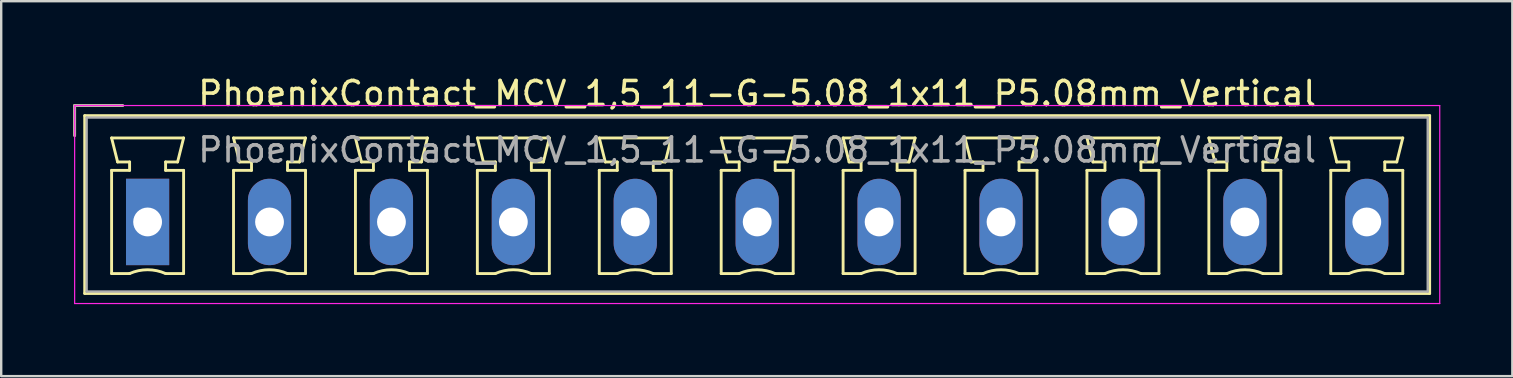
<source format=kicad_pcb>
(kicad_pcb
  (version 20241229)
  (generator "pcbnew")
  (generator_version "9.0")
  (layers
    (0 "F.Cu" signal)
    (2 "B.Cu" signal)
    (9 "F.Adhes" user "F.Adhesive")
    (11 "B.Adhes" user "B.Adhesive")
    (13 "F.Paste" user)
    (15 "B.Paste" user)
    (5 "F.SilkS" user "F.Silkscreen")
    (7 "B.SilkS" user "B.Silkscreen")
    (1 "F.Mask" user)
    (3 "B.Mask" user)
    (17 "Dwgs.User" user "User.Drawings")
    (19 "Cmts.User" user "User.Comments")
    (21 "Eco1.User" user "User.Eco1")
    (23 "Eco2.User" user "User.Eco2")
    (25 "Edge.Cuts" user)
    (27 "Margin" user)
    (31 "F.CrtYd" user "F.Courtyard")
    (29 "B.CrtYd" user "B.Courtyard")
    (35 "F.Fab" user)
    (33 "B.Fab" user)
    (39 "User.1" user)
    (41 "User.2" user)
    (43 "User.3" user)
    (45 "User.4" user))
  (footprint "PhoenixContact_MCV_1,5_11-G-5.08_1x11_P5.08mm_Vertical"
    (layer "F.Cu")
    (at 3.1 6.198)
    (property "Reference" "PhoenixContact_MCV_1,5_11-G-5.08_1x11_P5.08mm_Vertical" (at 25.4 -5.35 0) (layer "F.SilkS") (effects (font (size 1 1) (thickness 0.15))))
    (attr through_hole)
    (fp_line (start -3.04 -4.85) (end -1.04 -4.85) (stroke (width 0.12) (type solid)) (layer "F.SilkS"))
    (fp_line (start -3.04 -3.6) (end -3.04 -4.85) (stroke (width 0.12) (type solid)) (layer "F.SilkS"))
    (fp_line (start -2.62 -4.43) (end -2.62 2.98) (stroke (width 0.12) (type solid)) (layer "F.SilkS"))
    (fp_line (start -2.62 2.98) (end 53.42 2.98) (stroke (width 0.12) (type solid)) (layer "F.SilkS"))
    (fp_line (start -1.5 -3.5) (end 1.5 -3.5) (stroke (width 0.12) (type solid)) (layer "F.SilkS"))
    (fp_line (start -1.5 -2.15) (end -0.75 -2.15) (stroke (width 0.12) (type solid)) (layer "F.SilkS"))
    (fp_line (start -1.5 2.15) (end -1.5 -2.15) (stroke (width 0.12) (type solid)) (layer "F.SilkS"))
    (fp_line (start -1.25 -2.5) (end -1.5 -3.5) (stroke (width 0.12) (type solid)) (layer "F.SilkS"))
    (fp_line (start -0.75 -2.5) (end -1.25 -2.5) (stroke (width 0.12) (type solid)) (layer "F.SilkS"))
    (fp_line (start -0.75 -2.15) (end -0.75 -2.5) (stroke (width 0.12) (type solid)) (layer "F.SilkS"))
    (fp_line (start -0.75 2.15) (end -1.5 2.15) (stroke (width 0.12) (type solid)) (layer "F.SilkS"))
    (fp_line (start 0.75 -2.5) (end 0.75 -2.15) (stroke (width 0.12) (type solid)) (layer "F.SilkS"))
    (fp_line (start 0.75 -2.15) (end 1.5 -2.15) (stroke (width 0.12) (type solid)) (layer "F.SilkS"))
    (fp_line (start 1.25 -2.5) (end 0.75 -2.5) (stroke (width 0.12) (type solid)) (layer "F.SilkS"))
    (fp_line (start 1.5 -3.5) (end 1.25 -2.5) (stroke (width 0.12) (type solid)) (layer "F.SilkS"))
    (fp_line (start 1.5 -2.15) (end 1.5 2.15) (stroke (width 0.12) (type solid)) (layer "F.SilkS"))
    (fp_line (start 1.5 2.15) (end 0.75 2.15) (stroke (width 0.12) (type solid)) (layer "F.SilkS"))
    (fp_line (start 3.58 -3.5) (end 6.58 -3.5) (stroke (width 0.12) (type solid)) (layer "F.SilkS"))
    (fp_line (start 3.58 -2.15) (end 4.33 -2.15) (stroke (width 0.12) (type solid)) (layer "F.SilkS"))
    (fp_line (start 3.58 2.15) (end 3.58 -2.15) (stroke (width 0.12) (type solid)) (layer "F.SilkS"))
    (fp_line (start 3.83 -2.5) (end 3.58 -3.5) (stroke (width 0.12) (type solid)) (layer "F.SilkS"))
    (fp_line (start 4.33 -2.5) (end 3.83 -2.5) (stroke (width 0.12) (type solid)) (layer "F.SilkS"))
    (fp_line (start 4.33 -2.15) (end 4.33 -2.5) (stroke (width 0.12) (type solid)) (layer "F.SilkS"))
    (fp_line (start 4.33 2.15) (end 3.58 2.15) (stroke (width 0.12) (type solid)) (layer "F.SilkS"))
    (fp_line (start 5.83 -2.5) (end 5.83 -2.15) (stroke (width 0.12) (type solid)) (layer "F.SilkS"))
    (fp_line (start 5.83 -2.15) (end 6.58 -2.15) (stroke (width 0.12) (type solid)) (layer "F.SilkS"))
    (fp_line (start 6.33 -2.5) (end 5.83 -2.5) (stroke (width 0.12) (type solid)) (layer "F.SilkS"))
    (fp_line (start 6.58 -3.5) (end 6.33 -2.5) (stroke (width 0.12) (type solid)) (layer "F.SilkS"))
    (fp_line (start 6.58 -2.15) (end 6.58 2.15) (stroke (width 0.12) (type solid)) (layer "F.SilkS"))
    (fp_line (start 6.58 2.15) (end 5.83 2.15) (stroke (width 0.12) (type solid)) (layer "F.SilkS"))
    (fp_line (start 8.66 -3.5) (end 11.66 -3.5) (stroke (width 0.12) (type solid)) (layer "F.SilkS"))
    (fp_line (start 8.66 -2.15) (end 9.41 -2.15) (stroke (width 0.12) (type solid)) (layer "F.SilkS"))
    (fp_line (start 8.66 2.15) (end 8.66 -2.15) (stroke (width 0.12) (type solid)) (layer "F.SilkS"))
    (fp_line (start 8.91 -2.5) (end 8.66 -3.5) (stroke (width 0.12) (type solid)) (layer "F.SilkS"))
    (fp_line (start 9.41 -2.5) (end 8.91 -2.5) (stroke (width 0.12) (type solid)) (layer "F.SilkS"))
    (fp_line (start 9.41 -2.15) (end 9.41 -2.5) (stroke (width 0.12) (type solid)) (layer "F.SilkS"))
    (fp_line (start 9.41 2.15) (end 8.66 2.15) (stroke (width 0.12) (type solid)) (layer "F.SilkS"))
    (fp_line (start 10.91 -2.5) (end 10.91 -2.15) (stroke (width 0.12) (type solid)) (layer "F.SilkS"))
    (fp_line (start 10.91 -2.15) (end 11.66 -2.15) (stroke (width 0.12) (type solid)) (layer "F.SilkS"))
    (fp_line (start 11.41 -2.5) (end 10.91 -2.5) (stroke (width 0.12) (type solid)) (layer "F.SilkS"))
    (fp_line (start 11.66 -3.5) (end 11.41 -2.5) (stroke (width 0.12) (type solid)) (layer "F.SilkS"))
    (fp_line (start 11.66 -2.15) (end 11.66 2.15) (stroke (width 0.12) (type solid)) (layer "F.SilkS"))
    (fp_line (start 11.66 2.15) (end 10.91 2.15) (stroke (width 0.12) (type solid)) (layer "F.SilkS"))
    (fp_line (start 13.74 -3.5) (end 16.74 -3.5) (stroke (width 0.12) (type solid)) (layer "F.SilkS"))
    (fp_line (start 13.74 -2.15) (end 14.49 -2.15) (stroke (width 0.12) (type solid)) (layer "F.SilkS"))
    (fp_line (start 13.74 2.15) (end 13.74 -2.15) (stroke (width 0.12) (type solid)) (layer "F.SilkS"))
    (fp_line (start 13.99 -2.5) (end 13.74 -3.5) (stroke (width 0.12) (type solid)) (layer "F.SilkS"))
    (fp_line (start 14.49 -2.5) (end 13.99 -2.5) (stroke (width 0.12) (type solid)) (layer "F.SilkS"))
    (fp_line (start 14.49 -2.15) (end 14.49 -2.5) (stroke (width 0.12) (type solid)) (layer "F.SilkS"))
    (fp_line (start 14.49 2.15) (end 13.74 2.15) (stroke (width 0.12) (type solid)) (layer "F.SilkS"))
    (fp_line (start 15.99 -2.5) (end 15.99 -2.15) (stroke (width 0.12) (type solid)) (layer "F.SilkS"))
    (fp_line (start 15.99 -2.15) (end 16.74 -2.15) (stroke (width 0.12) (type solid)) (layer "F.SilkS"))
    (fp_line (start 16.49 -2.5) (end 15.99 -2.5) (stroke (width 0.12) (type solid)) (layer "F.SilkS"))
    (fp_line (start 16.74 -3.5) (end 16.49 -2.5) (stroke (width 0.12) (type solid)) (layer "F.SilkS"))
    (fp_line (start 16.74 -2.15) (end 16.74 2.15) (stroke (width 0.12) (type solid)) (layer "F.SilkS"))
    (fp_line (start 16.74 2.15) (end 15.99 2.15) (stroke (width 0.12) (type solid)) (layer "F.SilkS"))
    (fp_line (start 18.82 -3.5) (end 21.82 -3.5) (stroke (width 0.12) (type solid)) (layer "F.SilkS"))
    (fp_line (start 18.82 -2.15) (end 19.57 -2.15) (stroke (width 0.12) (type solid)) (layer "F.SilkS"))
    (fp_line (start 18.82 2.15) (end 18.82 -2.15) (stroke (width 0.12) (type solid)) (layer "F.SilkS"))
    (fp_line (start 19.07 -2.5) (end 18.82 -3.5) (stroke (width 0.12) (type solid)) (layer "F.SilkS"))
    (fp_line (start 19.57 -2.5) (end 19.07 -2.5) (stroke (width 0.12) (type solid)) (layer "F.SilkS"))
    (fp_line (start 19.57 -2.15) (end 19.57 -2.5) (stroke (width 0.12) (type solid)) (layer "F.SilkS"))
    (fp_line (start 19.57 2.15) (end 18.82 2.15) (stroke (width 0.12) (type solid)) (layer "F.SilkS"))
    (fp_line (start 21.07 -2.5) (end 21.07 -2.15) (stroke (width 0.12) (type solid)) (layer "F.SilkS"))
    (fp_line (start 21.07 -2.15) (end 21.82 -2.15) (stroke (width 0.12) (type solid)) (layer "F.SilkS"))
    (fp_line (start 21.57 -2.5) (end 21.07 -2.5) (stroke (width 0.12) (type solid)) (layer "F.SilkS"))
    (fp_line (start 21.82 -3.5) (end 21.57 -2.5) (stroke (width 0.12) (type solid)) (layer "F.SilkS"))
    (fp_line (start 21.82 -2.15) (end 21.82 2.15) (stroke (width 0.12) (type solid)) (layer "F.SilkS"))
    (fp_line (start 21.82 2.15) (end 21.07 2.15) (stroke (width 0.12) (type solid)) (layer "F.SilkS"))
    (fp_line (start 23.9 -3.5) (end 26.9 -3.5) (stroke (width 0.12) (type solid)) (layer "F.SilkS"))
    (fp_line (start 23.9 -2.15) (end 24.65 -2.15) (stroke (width 0.12) (type solid)) (layer "F.SilkS"))
    (fp_line (start 23.9 2.15) (end 23.9 -2.15) (stroke (width 0.12) (type solid)) (layer "F.SilkS"))
    (fp_line (start 24.15 -2.5) (end 23.9 -3.5) (stroke (width 0.12) (type solid)) (layer "F.SilkS"))
    (fp_line (start 24.65 -2.5) (end 24.15 -2.5) (stroke (width 0.12) (type solid)) (layer "F.SilkS"))
    (fp_line (start 24.65 -2.15) (end 24.65 -2.5) (stroke (width 0.12) (type solid)) (layer "F.SilkS"))
    (fp_line (start 24.65 2.15) (end 23.9 2.15) (stroke (width 0.12) (type solid)) (layer "F.SilkS"))
    (fp_line (start 26.15 -2.5) (end 26.15 -2.15) (stroke (width 0.12) (type solid)) (layer "F.SilkS"))
    (fp_line (start 26.15 -2.15) (end 26.9 -2.15) (stroke (width 0.12) (type solid)) (layer "F.SilkS"))
    (fp_line (start 26.65 -2.5) (end 26.15 -2.5) (stroke (width 0.12) (type solid)) (layer "F.SilkS"))
    (fp_line (start 26.9 -3.5) (end 26.65 -2.5) (stroke (width 0.12) (type solid)) (layer "F.SilkS"))
    (fp_line (start 26.9 -2.15) (end 26.9 2.15) (stroke (width 0.12) (type solid)) (layer "F.SilkS"))
    (fp_line (start 26.9 2.15) (end 26.15 2.15) (stroke (width 0.12) (type solid)) (layer "F.SilkS"))
    (fp_line (start 28.98 -3.5) (end 31.98 -3.5) (stroke (width 0.12) (type solid)) (layer "F.SilkS"))
    (fp_line (start 28.98 -2.15) (end 29.73 -2.15) (stroke (width 0.12) (type solid)) (layer "F.SilkS"))
    (fp_line (start 28.98 2.15) (end 28.98 -2.15) (stroke (width 0.12) (type solid)) (layer "F.SilkS"))
    (fp_line (start 29.23 -2.5) (end 28.98 -3.5) (stroke (width 0.12) (type solid)) (layer "F.SilkS"))
    (fp_line (start 29.73 -2.5) (end 29.23 -2.5) (stroke (width 0.12) (type solid)) (layer "F.SilkS"))
    (fp_line (start 29.73 -2.15) (end 29.73 -2.5) (stroke (width 0.12) (type solid)) (layer "F.SilkS"))
    (fp_line (start 29.73 2.15) (end 28.98 2.15) (stroke (width 0.12) (type solid)) (layer "F.SilkS"))
    (fp_line (start 31.23 -2.5) (end 31.23 -2.15) (stroke (width 0.12) (type solid)) (layer "F.SilkS"))
    (fp_line (start 31.23 -2.15) (end 31.98 -2.15) (stroke (width 0.12) (type solid)) (layer "F.SilkS"))
    (fp_line (start 31.73 -2.5) (end 31.23 -2.5) (stroke (width 0.12) (type solid)) (layer "F.SilkS"))
    (fp_line (start 31.98 -3.5) (end 31.73 -2.5) (stroke (width 0.12) (type solid)) (layer "F.SilkS"))
    (fp_line (start 31.98 -2.15) (end 31.98 2.15) (stroke (width 0.12) (type solid)) (layer "F.SilkS"))
    (fp_line (start 31.98 2.15) (end 31.23 2.15) (stroke (width 0.12) (type solid)) (layer "F.SilkS"))
    (fp_line (start 34.06 -3.5) (end 37.06 -3.5) (stroke (width 0.12) (type solid)) (layer "F.SilkS"))
    (fp_line (start 34.06 -2.15) (end 34.81 -2.15) (stroke (width 0.12) (type solid)) (layer "F.SilkS"))
    (fp_line (start 34.06 2.15) (end 34.06 -2.15) (stroke (width 0.12) (type solid)) (layer "F.SilkS"))
    (fp_line (start 34.31 -2.5) (end 34.06 -3.5) (stroke (width 0.12) (type solid)) (layer "F.SilkS"))
    (fp_line (start 34.81 -2.5) (end 34.31 -2.5) (stroke (width 0.12) (type solid)) (layer "F.SilkS"))
    (fp_line (start 34.81 -2.15) (end 34.81 -2.5) (stroke (width 0.12) (type solid)) (layer "F.SilkS"))
    (fp_line (start 34.81 2.15) (end 34.06 2.15) (stroke (width 0.12) (type solid)) (layer "F.SilkS"))
    (fp_line (start 36.31 -2.5) (end 36.31 -2.15) (stroke (width 0.12) (type solid)) (layer "F.SilkS"))
    (fp_line (start 36.31 -2.15) (end 37.06 -2.15) (stroke (width 0.12) (type solid)) (layer "F.SilkS"))
    (fp_line (start 36.81 -2.5) (end 36.31 -2.5) (stroke (width 0.12) (type solid)) (layer "F.SilkS"))
    (fp_line (start 37.06 -3.5) (end 36.81 -2.5) (stroke (width 0.12) (type solid)) (layer "F.SilkS"))
    (fp_line (start 37.06 -2.15) (end 37.06 2.15) (stroke (width 0.12) (type solid)) (layer "F.SilkS"))
    (fp_line (start 37.06 2.15) (end 36.31 2.15) (stroke (width 0.12) (type solid)) (layer "F.SilkS"))
    (fp_line (start 39.14 -3.5) (end 42.14 -3.5) (stroke (width 0.12) (type solid)) (layer "F.SilkS"))
    (fp_line (start 39.14 -2.15) (end 39.89 -2.15) (stroke (width 0.12) (type solid)) (layer "F.SilkS"))
    (fp_line (start 39.14 2.15) (end 39.14 -2.15) (stroke (width 0.12) (type solid)) (layer "F.SilkS"))
    (fp_line (start 39.39 -2.5) (end 39.14 -3.5) (stroke (width 0.12) (type solid)) (layer "F.SilkS"))
    (fp_line (start 39.89 -2.5) (end 39.39 -2.5) (stroke (width 0.12) (type solid)) (layer "F.SilkS"))
    (fp_line (start 39.89 -2.15) (end 39.89 -2.5) (stroke (width 0.12) (type solid)) (layer "F.SilkS"))
    (fp_line (start 39.89 2.15) (end 39.14 2.15) (stroke (width 0.12) (type solid)) (layer "F.SilkS"))
    (fp_line (start 41.39 -2.5) (end 41.39 -2.15) (stroke (width 0.12) (type solid)) (layer "F.SilkS"))
    (fp_line (start 41.39 -2.15) (end 42.14 -2.15) (stroke (width 0.12) (type solid)) (layer "F.SilkS"))
    (fp_line (start 41.89 -2.5) (end 41.39 -2.5) (stroke (width 0.12) (type solid)) (layer "F.SilkS"))
    (fp_line (start 42.14 -3.5) (end 41.89 -2.5) (stroke (width 0.12) (type solid)) (layer "F.SilkS"))
    (fp_line (start 42.14 -2.15) (end 42.14 2.15) (stroke (width 0.12) (type solid)) (layer "F.SilkS"))
    (fp_line (start 42.14 2.15) (end 41.39 2.15) (stroke (width 0.12) (type solid)) (layer "F.SilkS"))
    (fp_line (start 44.22 -3.5) (end 47.22 -3.5) (stroke (width 0.12) (type solid)) (layer "F.SilkS"))
    (fp_line (start 44.22 -2.15) (end 44.97 -2.15) (stroke (width 0.12) (type solid)) (layer "F.SilkS"))
    (fp_line (start 44.22 2.15) (end 44.22 -2.15) (stroke (width 0.12) (type solid)) (layer "F.SilkS"))
    (fp_line (start 44.47 -2.5) (end 44.22 -3.5) (stroke (width 0.12) (type solid)) (layer "F.SilkS"))
    (fp_line (start 44.97 -2.5) (end 44.47 -2.5) (stroke (width 0.12) (type solid)) (layer "F.SilkS"))
    (fp_line (start 44.97 -2.15) (end 44.97 -2.5) (stroke (width 0.12) (type solid)) (layer "F.SilkS"))
    (fp_line (start 44.97 2.15) (end 44.22 2.15) (stroke (width 0.12) (type solid)) (layer "F.SilkS"))
    (fp_line (start 46.47 -2.5) (end 46.47 -2.15) (stroke (width 0.12) (type solid)) (layer "F.SilkS"))
    (fp_line (start 46.47 -2.15) (end 47.22 -2.15) (stroke (width 0.12) (type solid)) (layer "F.SilkS"))
    (fp_line (start 46.97 -2.5) (end 46.47 -2.5) (stroke (width 0.12) (type solid)) (layer "F.SilkS"))
    (fp_line (start 47.22 -3.5) (end 46.97 -2.5) (stroke (width 0.12) (type solid)) (layer "F.SilkS"))
    (fp_line (start 47.22 -2.15) (end 47.22 2.15) (stroke (width 0.12) (type solid)) (layer "F.SilkS"))
    (fp_line (start 47.22 2.15) (end 46.47 2.15) (stroke (width 0.12) (type solid)) (layer "F.SilkS"))
    (fp_line (start 49.3 -3.5) (end 52.3 -3.5) (stroke (width 0.12) (type solid)) (layer "F.SilkS"))
    (fp_line (start 49.3 -2.15) (end 50.05 -2.15) (stroke (width 0.12) (type solid)) (layer "F.SilkS"))
    (fp_line (start 49.3 2.15) (end 49.3 -2.15) (stroke (width 0.12) (type solid)) (layer "F.SilkS"))
    (fp_line (start 49.55 -2.5) (end 49.3 -3.5) (stroke (width 0.12) (type solid)) (layer "F.SilkS"))
    (fp_line (start 50.05 -2.5) (end 49.55 -2.5) (stroke (width 0.12) (type solid)) (layer "F.SilkS"))
    (fp_line (start 50.05 -2.15) (end 50.05 -2.5) (stroke (width 0.12) (type solid)) (layer "F.SilkS"))
    (fp_line (start 50.05 2.15) (end 49.3 2.15) (stroke (width 0.12) (type solid)) (layer "F.SilkS"))
    (fp_line (start 51.55 -2.5) (end 51.55 -2.15) (stroke (width 0.12) (type solid)) (layer "F.SilkS"))
    (fp_line (start 51.55 -2.15) (end 52.3 -2.15) (stroke (width 0.12) (type solid)) (layer "F.SilkS"))
    (fp_line (start 52.05 -2.5) (end 51.55 -2.5) (stroke (width 0.12) (type solid)) (layer "F.SilkS"))
    (fp_line (start 52.3 -3.5) (end 52.05 -2.5) (stroke (width 0.12) (type solid)) (layer "F.SilkS"))
    (fp_line (start 52.3 -2.15) (end 52.3 2.15) (stroke (width 0.12) (type solid)) (layer "F.SilkS"))
    (fp_line (start 52.3 2.15) (end 51.55 2.15) (stroke (width 0.12) (type solid)) (layer "F.SilkS"))
    (fp_line (start 53.42 -4.43) (end -2.62 -4.43) (stroke (width 0.12) (type solid)) (layer "F.SilkS"))
    (fp_line (start 53.42 2.98) (end 53.42 -4.43) (stroke (width 0.12) (type solid)) (layer "F.SilkS"))
    (fp_arc (start -0.75 2.15) (mid -0.000193 1.99191) (end 0.749647 2.149844) (stroke (width 0.12) (type solid)) (layer "F.SilkS"))
    (fp_arc (start 4.33 2.15) (mid 5.079807 1.99191) (end 5.829647 2.149844) (stroke (width 0.12) (type solid)) (layer "F.SilkS"))
    (fp_arc (start 9.41 2.15) (mid 10.159807 1.99191) (end 10.909647 2.149844) (stroke (width 0.12) (type solid)) (layer "F.SilkS"))
    (fp_arc (start 14.49 2.15) (mid 15.239807 1.99191) (end 15.989647 2.149844) (stroke (width 0.12) (type solid)) (layer "F.SilkS"))
    (fp_arc (start 19.57 2.15) (mid 20.319807 1.99191) (end 21.069647 2.149844) (stroke (width 0.12) (type solid)) (layer "F.SilkS"))
    (fp_arc (start 24.65 2.15) (mid 25.399807 1.99191) (end 26.149647 2.149844) (stroke (width 0.12) (type solid)) (layer "F.SilkS"))
    (fp_arc (start 29.73 2.15) (mid 30.479807 1.99191) (end 31.229647 2.149844) (stroke (width 0.12) (type solid)) (layer "F.SilkS"))
    (fp_arc (start 34.81 2.15) (mid 35.559807 1.99191) (end 36.309647 2.149844) (stroke (width 0.12) (type solid)) (layer "F.SilkS"))
    (fp_arc (start 39.89 2.15) (mid 40.639807 1.99191) (end 41.389647 2.149844) (stroke (width 0.12) (type solid)) (layer "F.SilkS"))
    (fp_arc (start 44.97 2.15) (mid 45.719807 1.99191) (end 46.469647 2.149844) (stroke (width 0.12) (type solid)) (layer "F.SilkS"))
    (fp_arc (start 50.05 2.15) (mid 50.799807 1.99191) (end 51.549647 2.149844) (stroke (width 0.12) (type solid)) (layer "F.SilkS"))
    (fp_line (start -3.04 -4.85) (end -3.04 3.4) (stroke (width 0.05) (type solid)) (layer "F.CrtYd"))
    (fp_line (start -3.04 3.4) (end 53.84 3.4) (stroke (width 0.05) (type solid)) (layer "F.CrtYd"))
    (fp_line (start 53.84 -4.85) (end -3.04 -4.85) (stroke (width 0.05) (type solid)) (layer "F.CrtYd"))
    (fp_line (start 53.84 3.4) (end 53.84 -4.85) (stroke (width 0.05) (type solid)) (layer "F.CrtYd"))
    (fp_line (start -3.04 -4.85) (end -1.04 -4.85) (stroke (width 0.1) (type solid)) (layer "F.Fab"))
    (fp_line (start -3.04 -3.6) (end -3.04 -4.85) (stroke (width 0.1) (type solid)) (layer "F.Fab"))
    (fp_line (start -2.54 -4.35) (end -2.54 2.9) (stroke (width 0.1) (type solid)) (layer "F.Fab"))
    (fp_line (start -2.54 2.9) (end 53.34 2.9) (stroke (width 0.1) (type solid)) (layer "F.Fab"))
    (fp_line (start 53.34 -4.35) (end -2.54 -4.35) (stroke (width 0.1) (type solid)) (layer "F.Fab"))
    (fp_line (start 53.34 2.9) (end 53.34 -4.35) (stroke (width 0.1) (type solid)) (layer "F.Fab"))
    (fp_text user "${REFERENCE}" (at 25.4 -3 0) (layer "F.Fab") (effects (font (size 1 1) (thickness 0.15))))
    (pad "1" thru_hole rect (at 0 0) (size 1.8 3.6) (drill 1.2) (layers "*.Cu" "*.Mask"))
    (pad "2" thru_hole oval (at 5.08 0) (size 1.8 3.6) (drill 1.2) (layers "*.Cu" "*.Mask"))
    (pad "3" thru_hole oval (at 10.16 0) (size 1.8 3.6) (drill 1.2) (layers "*.Cu" "*.Mask"))
    (pad "4" thru_hole oval (at 15.24 0) (size 1.8 3.6) (drill 1.2) (layers "*.Cu" "*.Mask"))
    (pad "5" thru_hole oval (at 20.32 0) (size 1.8 3.6) (drill 1.2) (layers "*.Cu" "*.Mask"))
    (pad "6" thru_hole oval (at 25.4 0) (size 1.8 3.6) (drill 1.2) (layers "*.Cu" "*.Mask"))
    (pad "7" thru_hole oval (at 30.48 0) (size 1.8 3.6) (drill 1.2) (layers "*.Cu" "*.Mask"))
    (pad "8" thru_hole oval (at 35.56 0) (size 1.8 3.6) (drill 1.2) (layers "*.Cu" "*.Mask"))
    (pad "9" thru_hole oval (at 40.64 0) (size 1.8 3.6) (drill 1.2) (layers "*.Cu" "*.Mask"))
    (pad "10" thru_hole oval (at 45.72 0) (size 1.8 3.6) (drill 1.2) (layers "*.Cu" "*.Mask"))
    (pad "11" thru_hole oval (at 50.8 0) (size 1.8 3.6) (drill 1.2) (layers "*.Cu" "*.Mask")))
  (gr_rect
    (start -3 -3)
    (end 59.965 12.623)
    (stroke (width 0.1) (type default))
    (fill no)
    (layer "Edge.Cuts")))
</source>
